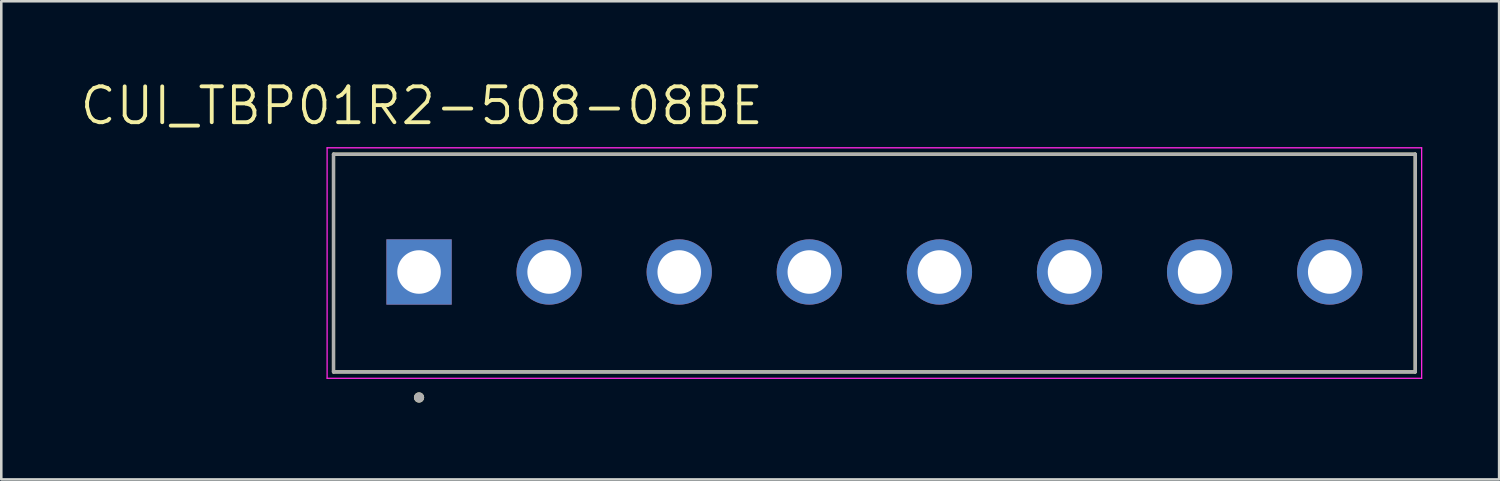
<source format=kicad_pcb>
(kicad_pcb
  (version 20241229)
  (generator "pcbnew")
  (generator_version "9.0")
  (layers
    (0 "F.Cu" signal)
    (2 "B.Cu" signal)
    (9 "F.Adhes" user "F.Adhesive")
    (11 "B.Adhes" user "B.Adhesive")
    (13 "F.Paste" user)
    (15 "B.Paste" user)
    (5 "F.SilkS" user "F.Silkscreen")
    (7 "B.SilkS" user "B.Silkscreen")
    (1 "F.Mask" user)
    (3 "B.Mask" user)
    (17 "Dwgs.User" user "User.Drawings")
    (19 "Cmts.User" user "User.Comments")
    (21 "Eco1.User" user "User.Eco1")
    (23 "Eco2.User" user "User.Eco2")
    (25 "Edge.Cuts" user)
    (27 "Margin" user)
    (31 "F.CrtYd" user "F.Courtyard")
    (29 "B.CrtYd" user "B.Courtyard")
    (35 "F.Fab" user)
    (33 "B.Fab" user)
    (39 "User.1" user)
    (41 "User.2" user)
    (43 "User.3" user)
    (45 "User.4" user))
  (footprint "CUI_TBP01R2-508-08BE"
    (layer "F.Cu")
    (at 13.313 7.571)
    (property "Reference" "CUI_TBP01R2-508-08BE" (at 0.105 -6.489 0) (layer "F.SilkS") (effects (font (size 1.4 1.4) (thickness 0.15))))
    (attr through_hole)
    (fp_line (start -3.34 -4.6) (end 38.9 -4.6) (stroke (width 0.127) (type solid)) (layer "F.SilkS"))
    (fp_line (start -3.34 3.9) (end -3.34 -4.6) (stroke (width 0.127) (type solid)) (layer "F.SilkS"))
    (fp_line (start 38.9 -4.6) (end 38.9 3.9) (stroke (width 0.127) (type solid)) (layer "F.SilkS"))
    (fp_line (start 38.9 3.9) (end -3.34 3.9) (stroke (width 0.127) (type solid)) (layer "F.SilkS"))
    (fp_circle (center 0 4.9) (end 0.1 4.9) (stroke (width 0.2) (type solid)) (fill no) (layer "F.SilkS"))
    (fp_line (start -3.59 -4.85) (end 39.15 -4.85) (stroke (width 0.05) (type solid)) (layer "F.CrtYd"))
    (fp_line (start -3.59 4.15) (end -3.59 -4.85) (stroke (width 0.05) (type solid)) (layer "F.CrtYd"))
    (fp_line (start 39.15 -4.85) (end 39.15 4.15) (stroke (width 0.05) (type solid)) (layer "F.CrtYd"))
    (fp_line (start 39.15 4.15) (end -3.59 4.15) (stroke (width 0.05) (type solid)) (layer "F.CrtYd"))
    (fp_line (start -3.34 -4.6) (end 38.9 -4.6) (stroke (width 0.127) (type solid)) (layer "F.Fab"))
    (fp_line (start -3.34 3.9) (end -3.34 -4.6) (stroke (width 0.127) (type solid)) (layer "F.Fab"))
    (fp_line (start 38.9 -4.6) (end 38.9 3.9) (stroke (width 0.127) (type solid)) (layer "F.Fab"))
    (fp_line (start 38.9 3.9) (end -3.34 3.9) (stroke (width 0.127) (type solid)) (layer "F.Fab"))
    (fp_circle (center 0 4.9) (end 0.1 4.9) (stroke (width 0.2) (type solid)) (fill no) (layer "F.Fab"))
    (pad "1" thru_hole rect (at 0 0) (size 2.55 2.55) (drill 1.7) (layers "*.Cu" "*.Mask"))
    (pad "2" thru_hole circle (at 5.08 0) (size 2.55 2.55) (drill 1.7) (layers "*.Cu" "*.Mask"))
    (pad "3" thru_hole circle (at 10.16 0) (size 2.55 2.55) (drill 1.7) (layers "*.Cu" "*.Mask"))
    (pad "4" thru_hole circle (at 15.24 0) (size 2.55 2.55) (drill 1.7) (layers "*.Cu" "*.Mask"))
    (pad "5" thru_hole circle (at 20.32 0) (size 2.55 2.55) (drill 1.7) (layers "*.Cu" "*.Mask"))
    (pad "6" thru_hole circle (at 25.4 0) (size 2.55 2.55) (drill 1.7) (layers "*.Cu" "*.Mask"))
    (pad "7" thru_hole circle (at 30.48 0) (size 2.55 2.55) (drill 1.7) (layers "*.Cu" "*.Mask"))
    (pad "8" thru_hole circle (at 35.56 0) (size 2.55 2.55) (drill 1.7) (layers "*.Cu" "*.Mask")))
  (gr_rect
    (start -3 -3)
    (end 55.488 15.671)
    (stroke (width 0.1) (type default))
    (fill no)
    (layer "Edge.Cuts")))
</source>
